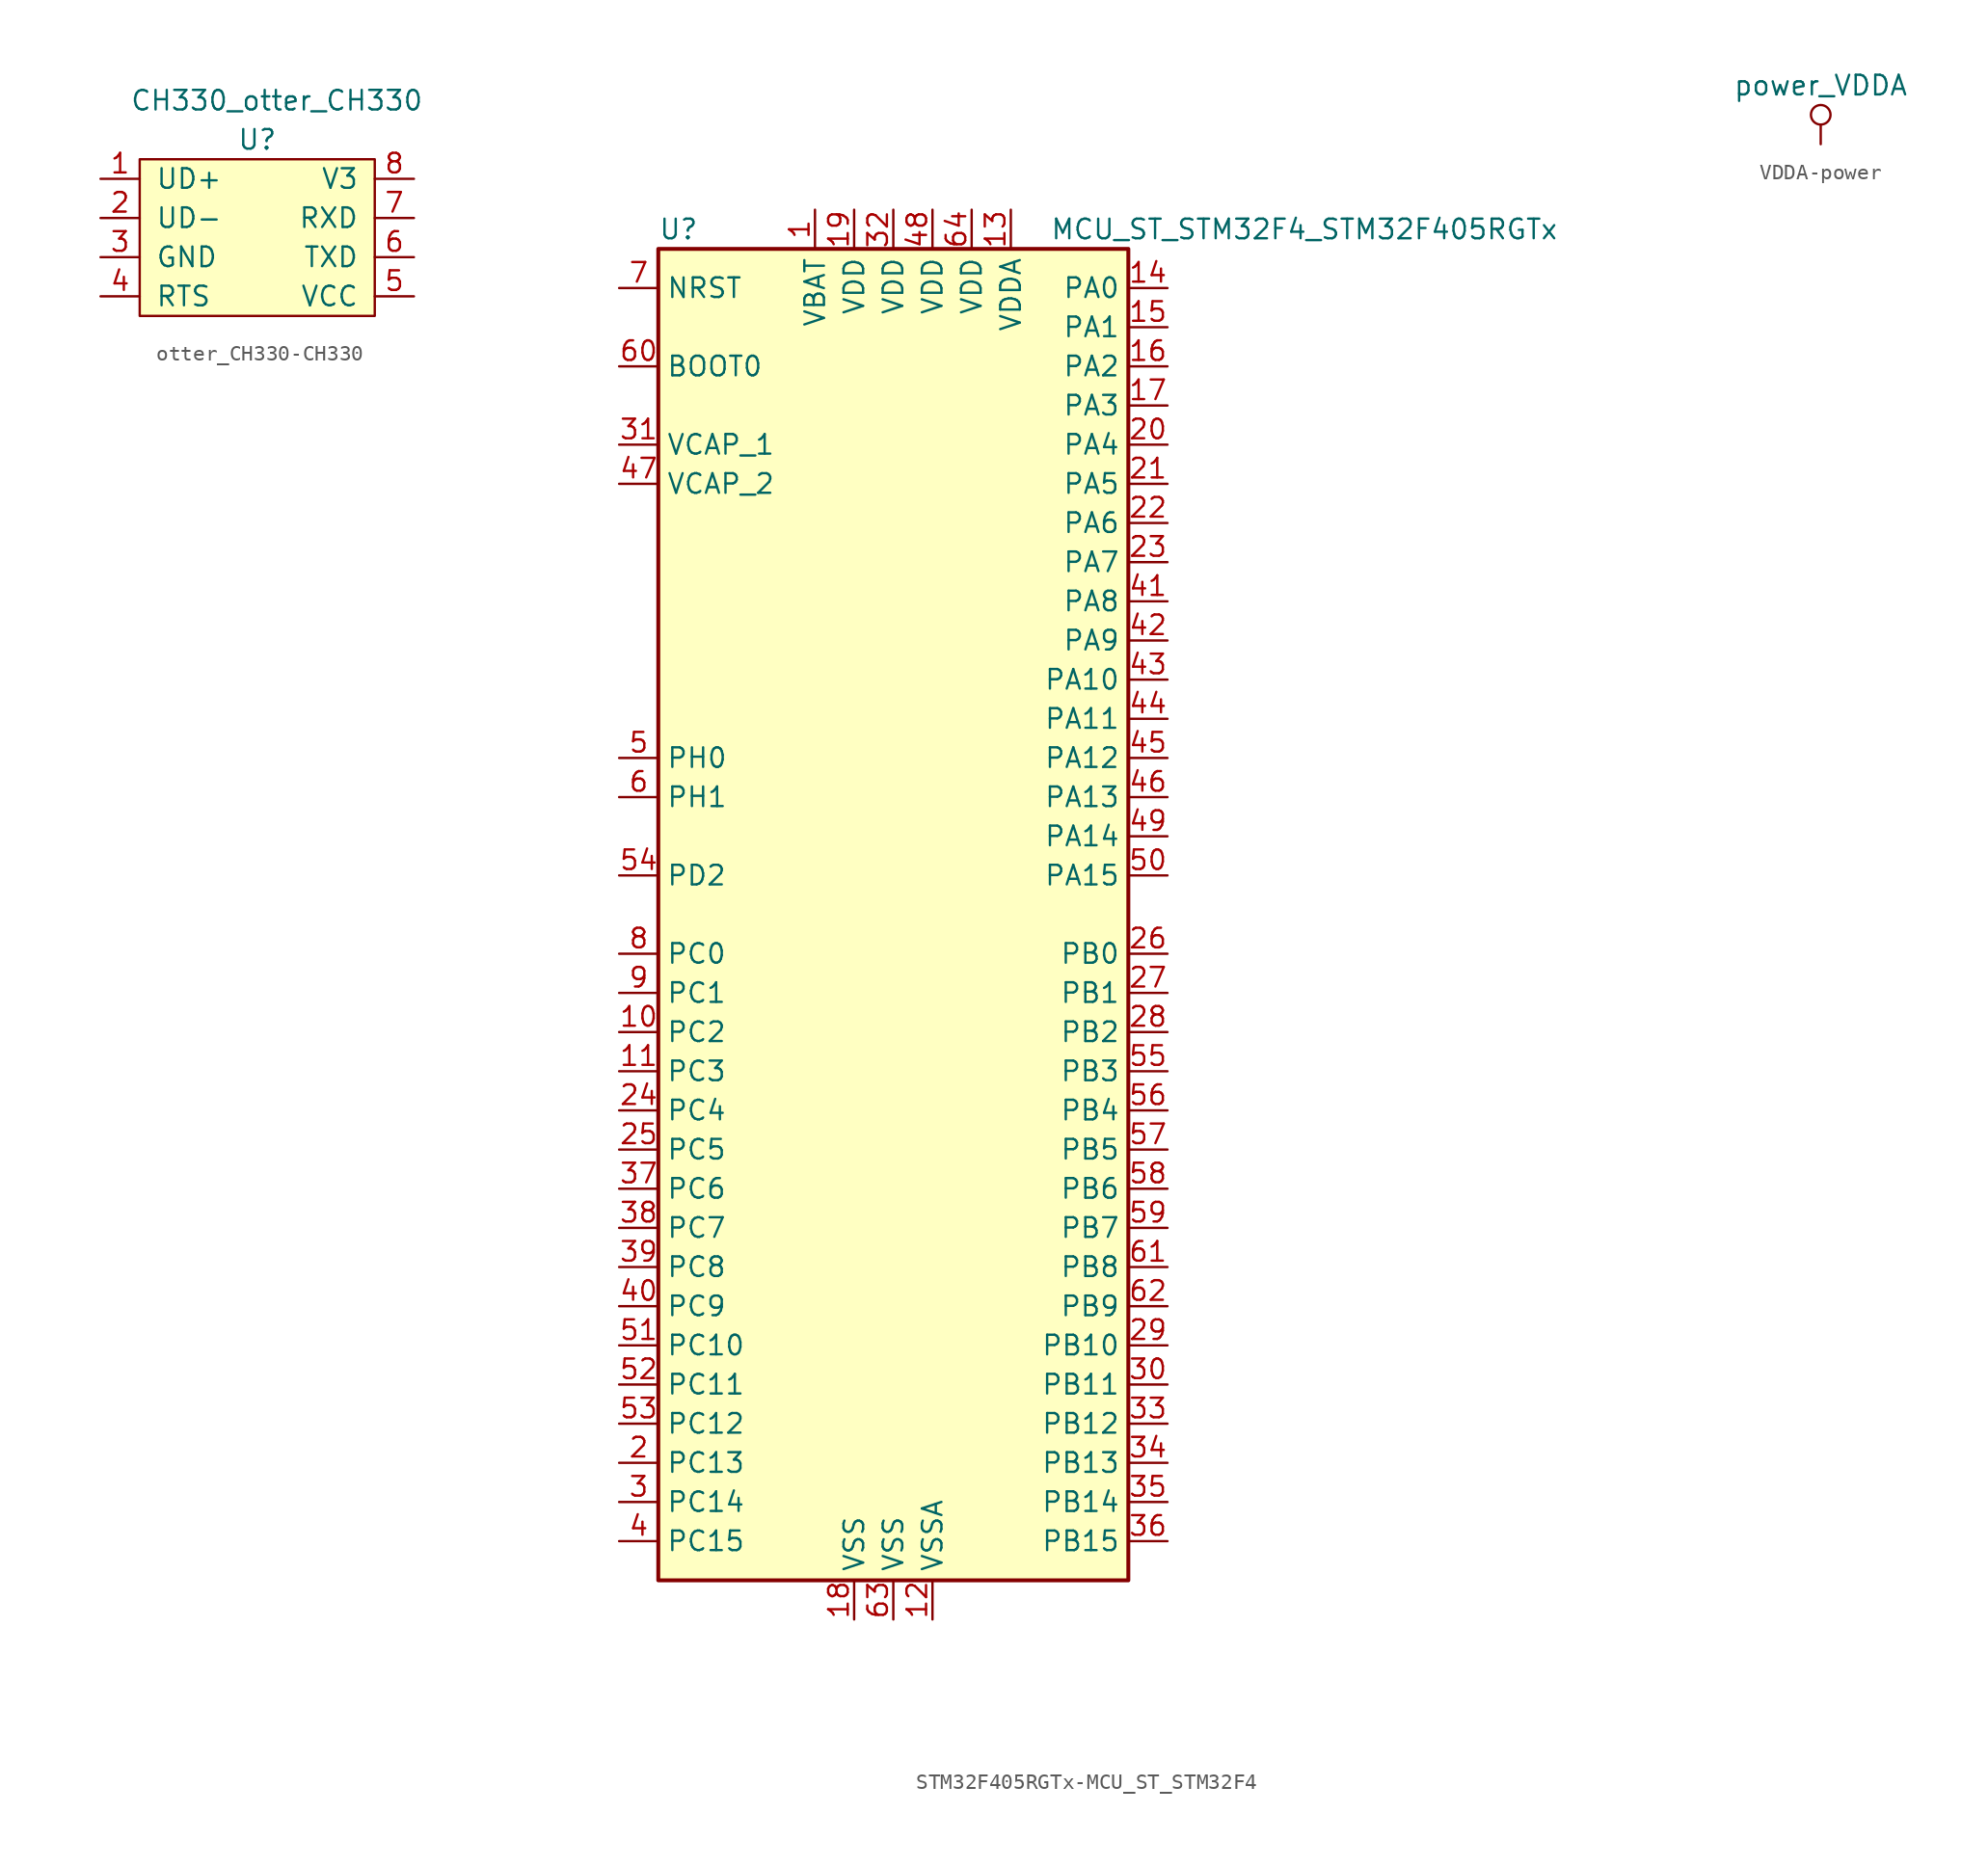
<source format=kicad_sym>
(kicad_symbol_lib
  (version 20231120)
  (generator "kicad_symbol_editor")
  (generator_version "8.0")
  (symbol "otter_CH330-CH330"
    (pin_names
      (offset 1.016))
    (property "Reference" "U"
      (at 0 6.35 0)
      (effects (font (size 1.27 1.27))))
    (property "Value" "CH330_otter_CH330"
      (at 1.27 8.89 0)
      (effects (font (size 1.27 1.27))))
    (symbol "otter_CH330-CH330_0_1"
      (rectangle (start -7.62 5.08) (end 7.62 -5.08) (stroke (width 0) (type solid)) (fill (type background))))
    (symbol "otter_CH330-CH330_1_1"
      (pin bidirectional line (at -10.16 3.81 0) (length 2.54) (name "UD+" (effects (font (size 1.27 1.27)))) (number "1" (effects (font (size 1.27 1.27)))))
      (pin bidirectional line (at -10.16 1.27 0) (length 2.54) (name "UD-" (effects (font (size 1.27 1.27)))) (number "2" (effects (font (size 1.27 1.27)))))
      (pin power_in line (at -10.16 -1.27 0) (length 2.54) (name "GND" (effects (font (size 1.27 1.27)))) (number "3" (effects (font (size 1.27 1.27)))))
      (pin output line (at -10.16 -3.81 0) (length 2.54) (name "RTS" (effects (font (size 1.27 1.27)))) (number "4" (effects (font (size 1.27 1.27)))))
      (pin power_in line (at 10.16 -3.81 180) (length 2.54) (name "VCC" (effects (font (size 1.27 1.27)))) (number "5" (effects (font (size 1.27 1.27)))))
      (pin output line (at 10.16 -1.27 180) (length 2.54) (name "TXD" (effects (font (size 1.27 1.27)))) (number "6" (effects (font (size 1.27 1.27)))))
      (pin input line (at 10.16 1.27 180) (length 2.54) (name "RXD" (effects (font (size 1.27 1.27)))) (number "7" (effects (font (size 1.27 1.27)))))
      (pin power_out line (at 10.16 3.81 180) (length 2.54) (name "V3" (effects (font (size 1.27 1.27)))) (number "8" (effects (font (size 1.27 1.27)))))))
  (symbol "STM32F405RGTx-MCU_ST_STM32F4"
    (property "Reference" "U"
      (at -15.24 44.45 0)
      (effects (font (size 1.27 1.27)) (justify left)))
    (property "Value" "MCU_ST_STM32F4_STM32F405RGTx"
      (at 10.16 44.45 0)
      (effects (font (size 1.27 1.27)) (justify left)))
    (symbol "STM32F405RGTx-MCU_ST_STM32F4_0_1"
      (rectangle (start -15.24 -43.18) (end 15.24 43.18) (stroke (width 0.254) (type solid)) (fill (type background))))
    (symbol "STM32F405RGTx-MCU_ST_STM32F4_1_1"
      (pin power_in line (at -5.08 45.72 270) (length 2.54) (name "VBAT" (effects (font (size 1.27 1.27)))) (number "1" (effects (font (size 1.27 1.27)))))
      (pin bidirectional line (at -17.78 -7.62 0) (length 2.54) (name "PC2" (effects (font (size 1.27 1.27)))) (number "10" (effects (font (size 1.27 1.27)))))
      (pin bidirectional line (at -17.78 -10.16 0) (length 2.54) (name "PC3" (effects (font (size 1.27 1.27)))) (number "11" (effects (font (size 1.27 1.27)))))
      (pin power_in line (at 2.54 -45.72 90) (length 2.54) (name "VSSA" (effects (font (size 1.27 1.27)))) (number "12" (effects (font (size 1.27 1.27)))))
      (pin power_in line (at 7.62 45.72 270) (length 2.54) (name "VDDA" (effects (font (size 1.27 1.27)))) (number "13" (effects (font (size 1.27 1.27)))))
      (pin bidirectional line (at 17.78 40.64 180) (length 2.54) (name "PA0" (effects (font (size 1.27 1.27)))) (number "14" (effects (font (size 1.27 1.27)))))
      (pin bidirectional line (at 17.78 38.1 180) (length 2.54) (name "PA1" (effects (font (size 1.27 1.27)))) (number "15" (effects (font (size 1.27 1.27)))))
      (pin bidirectional line (at 17.78 35.56 180) (length 2.54) (name "PA2" (effects (font (size 1.27 1.27)))) (number "16" (effects (font (size 1.27 1.27)))))
      (pin bidirectional line (at 17.78 33.02 180) (length 2.54) (name "PA3" (effects (font (size 1.27 1.27)))) (number "17" (effects (font (size 1.27 1.27)))))
      (pin power_in line (at -2.54 -45.72 90) (length 2.54) (name "VSS" (effects (font (size 1.27 1.27)))) (number "18" (effects (font (size 1.27 1.27)))))
      (pin power_in line (at -2.54 45.72 270) (length 2.54) (name "VDD" (effects (font (size 1.27 1.27)))) (number "19" (effects (font (size 1.27 1.27)))))
      (pin bidirectional line (at -17.78 -35.56 0) (length 2.54) (name "PC13" (effects (font (size 1.27 1.27)))) (number "2" (effects (font (size 1.27 1.27)))))
      (pin bidirectional line (at 17.78 30.48 180) (length 2.54) (name "PA4" (effects (font (size 1.27 1.27)))) (number "20" (effects (font (size 1.27 1.27)))))
      (pin bidirectional line (at 17.78 27.94 180) (length 2.54) (name "PA5" (effects (font (size 1.27 1.27)))) (number "21" (effects (font (size 1.27 1.27)))))
      (pin bidirectional line (at 17.78 25.4 180) (length 2.54) (name "PA6" (effects (font (size 1.27 1.27)))) (number "22" (effects (font (size 1.27 1.27)))))
      (pin bidirectional line (at 17.78 22.86 180) (length 2.54) (name "PA7" (effects (font (size 1.27 1.27)))) (number "23" (effects (font (size 1.27 1.27)))))
      (pin bidirectional line (at -17.78 -12.7 0) (length 2.54) (name "PC4" (effects (font (size 1.27 1.27)))) (number "24" (effects (font (size 1.27 1.27)))))
      (pin bidirectional line (at -17.78 -15.24 0) (length 2.54) (name "PC5" (effects (font (size 1.27 1.27)))) (number "25" (effects (font (size 1.27 1.27)))))
      (pin bidirectional line (at 17.78 -2.54 180) (length 2.54) (name "PB0" (effects (font (size 1.27 1.27)))) (number "26" (effects (font (size 1.27 1.27)))))
      (pin bidirectional line (at 17.78 -5.08 180) (length 2.54) (name "PB1" (effects (font (size 1.27 1.27)))) (number "27" (effects (font (size 1.27 1.27)))))
      (pin bidirectional line (at 17.78 -7.62 180) (length 2.54) (name "PB2" (effects (font (size 1.27 1.27)))) (number "28" (effects (font (size 1.27 1.27)))))
      (pin bidirectional line (at 17.78 -27.94 180) (length 2.54) (name "PB10" (effects (font (size 1.27 1.27)))) (number "29" (effects (font (size 1.27 1.27)))))
      (pin bidirectional line (at -17.78 -38.1 0) (length 2.54) (name "PC14" (effects (font (size 1.27 1.27)))) (number "3" (effects (font (size 1.27 1.27)))))
      (pin bidirectional line (at 17.78 -30.48 180) (length 2.54) (name "PB11" (effects (font (size 1.27 1.27)))) (number "30" (effects (font (size 1.27 1.27)))))
      (pin power_in line (at -17.78 30.48 0) (length 2.54) (name "VCAP_1" (effects (font (size 1.27 1.27)))) (number "31" (effects (font (size 1.27 1.27)))))
      (pin power_in line (at 0 45.72 270) (length 2.54) (name "VDD" (effects (font (size 1.27 1.27)))) (number "32" (effects (font (size 1.27 1.27)))))
      (pin bidirectional line (at 17.78 -33.02 180) (length 2.54) (name "PB12" (effects (font (size 1.27 1.27)))) (number "33" (effects (font (size 1.27 1.27)))))
      (pin bidirectional line (at 17.78 -35.56 180) (length 2.54) (name "PB13" (effects (font (size 1.27 1.27)))) (number "34" (effects (font (size 1.27 1.27)))))
      (pin bidirectional line (at 17.78 -38.1 180) (length 2.54) (name "PB14" (effects (font (size 1.27 1.27)))) (number "35" (effects (font (size 1.27 1.27)))))
      (pin bidirectional line (at 17.78 -40.64 180) (length 2.54) (name "PB15" (effects (font (size 1.27 1.27)))) (number "36" (effects (font (size 1.27 1.27)))))
      (pin bidirectional line (at -17.78 -17.78 0) (length 2.54) (name "PC6" (effects (font (size 1.27 1.27)))) (number "37" (effects (font (size 1.27 1.27)))))
      (pin bidirectional line (at -17.78 -20.32 0) (length 2.54) (name "PC7" (effects (font (size 1.27 1.27)))) (number "38" (effects (font (size 1.27 1.27)))))
      (pin bidirectional line (at -17.78 -22.86 0) (length 2.54) (name "PC8" (effects (font (size 1.27 1.27)))) (number "39" (effects (font (size 1.27 1.27)))))
      (pin bidirectional line (at -17.78 -40.64 0) (length 2.54) (name "PC15" (effects (font (size 1.27 1.27)))) (number "4" (effects (font (size 1.27 1.27)))))
      (pin bidirectional line (at -17.78 -25.4 0) (length 2.54) (name "PC9" (effects (font (size 1.27 1.27)))) (number "40" (effects (font (size 1.27 1.27)))))
      (pin bidirectional line (at 17.78 20.32 180) (length 2.54) (name "PA8" (effects (font (size 1.27 1.27)))) (number "41" (effects (font (size 1.27 1.27)))))
      (pin bidirectional line (at 17.78 17.78 180) (length 2.54) (name "PA9" (effects (font (size 1.27 1.27)))) (number "42" (effects (font (size 1.27 1.27)))))
      (pin bidirectional line (at 17.78 15.24 180) (length 2.54) (name "PA10" (effects (font (size 1.27 1.27)))) (number "43" (effects (font (size 1.27 1.27)))))
      (pin bidirectional line (at 17.78 12.7 180) (length 2.54) (name "PA11" (effects (font (size 1.27 1.27)))) (number "44" (effects (font (size 1.27 1.27)))))
      (pin bidirectional line (at 17.78 10.16 180) (length 2.54) (name "PA12" (effects (font (size 1.27 1.27)))) (number "45" (effects (font (size 1.27 1.27)))))
      (pin bidirectional line (at 17.78 7.62 180) (length 2.54) (name "PA13" (effects (font (size 1.27 1.27)))) (number "46" (effects (font (size 1.27 1.27)))))
      (pin power_in line (at -17.78 27.94 0) (length 2.54) (name "VCAP_2" (effects (font (size 1.27 1.27)))) (number "47" (effects (font (size 1.27 1.27)))))
      (pin power_in line (at 2.54 45.72 270) (length 2.54) (name "VDD" (effects (font (size 1.27 1.27)))) (number "48" (effects (font (size 1.27 1.27)))))
      (pin bidirectional line (at 17.78 5.08 180) (length 2.54) (name "PA14" (effects (font (size 1.27 1.27)))) (number "49" (effects (font (size 1.27 1.27)))))
      (pin input line (at -17.78 10.16 0) (length 2.54) (name "PH0" (effects (font (size 1.27 1.27)))) (number "5" (effects (font (size 1.27 1.27)))))
      (pin bidirectional line (at 17.78 2.54 180) (length 2.54) (name "PA15" (effects (font (size 1.27 1.27)))) (number "50" (effects (font (size 1.27 1.27)))))
      (pin bidirectional line (at -17.78 -27.94 0) (length 2.54) (name "PC10" (effects (font (size 1.27 1.27)))) (number "51" (effects (font (size 1.27 1.27)))))
      (pin bidirectional line (at -17.78 -30.48 0) (length 2.54) (name "PC11" (effects (font (size 1.27 1.27)))) (number "52" (effects (font (size 1.27 1.27)))))
      (pin bidirectional line (at -17.78 -33.02 0) (length 2.54) (name "PC12" (effects (font (size 1.27 1.27)))) (number "53" (effects (font (size 1.27 1.27)))))
      (pin bidirectional line (at -17.78 2.54 0) (length 2.54) (name "PD2" (effects (font (size 1.27 1.27)))) (number "54" (effects (font (size 1.27 1.27)))))
      (pin bidirectional line (at 17.78 -10.16 180) (length 2.54) (name "PB3" (effects (font (size 1.27 1.27)))) (number "55" (effects (font (size 1.27 1.27)))))
      (pin bidirectional line (at 17.78 -12.7 180) (length 2.54) (name "PB4" (effects (font (size 1.27 1.27)))) (number "56" (effects (font (size 1.27 1.27)))))
      (pin bidirectional line (at 17.78 -15.24 180) (length 2.54) (name "PB5" (effects (font (size 1.27 1.27)))) (number "57" (effects (font (size 1.27 1.27)))))
      (pin bidirectional line (at 17.78 -17.78 180) (length 2.54) (name "PB6" (effects (font (size 1.27 1.27)))) (number "58" (effects (font (size 1.27 1.27)))))
      (pin bidirectional line (at 17.78 -20.32 180) (length 2.54) (name "PB7" (effects (font (size 1.27 1.27)))) (number "59" (effects (font (size 1.27 1.27)))))
      (pin input line (at -17.78 7.62 0) (length 2.54) (name "PH1" (effects (font (size 1.27 1.27)))) (number "6" (effects (font (size 1.27 1.27)))))
      (pin input line (at -17.78 35.56 0) (length 2.54) (name "BOOT0" (effects (font (size 1.27 1.27)))) (number "60" (effects (font (size 1.27 1.27)))))
      (pin bidirectional line (at 17.78 -22.86 180) (length 2.54) (name "PB8" (effects (font (size 1.27 1.27)))) (number "61" (effects (font (size 1.27 1.27)))))
      (pin bidirectional line (at 17.78 -25.4 180) (length 2.54) (name "PB9" (effects (font (size 1.27 1.27)))) (number "62" (effects (font (size 1.27 1.27)))))
      (pin power_in line (at 0 -45.72 90) (length 2.54) (name "VSS" (effects (font (size 1.27 1.27)))) (number "63" (effects (font (size 1.27 1.27)))))
      (pin power_in line (at 5.08 45.72 270) (length 2.54) (name "VDD" (effects (font (size 1.27 1.27)))) (number "64" (effects (font (size 1.27 1.27)))))
      (pin input line (at -17.78 40.64 0) (length 2.54) (name "NRST" (effects (font (size 1.27 1.27)))) (number "7" (effects (font (size 1.27 1.27)))))
      (pin bidirectional line (at -17.78 -2.54 0) (length 2.54) (name "PC0" (effects (font (size 1.27 1.27)))) (number "8" (effects (font (size 1.27 1.27)))))
      (pin bidirectional line (at -17.78 -5.08 0) (length 2.54) (name "PC1" (effects (font (size 1.27 1.27)))) (number "9" (effects (font (size 1.27 1.27)))))))
  (symbol "VDDA-power"
    (power)
    (pin_names
      (offset 0))
    (property "Reference" "#PWR"
      (at 0 -3.81 0)
      (effects (font (size 1.27 1.27)) (hide yes)))
    (property "Value" "power_VDDA"
      (at 0 3.81 0)
      (effects (font (size 1.27 1.27))))
    (symbol "VDDA-power_0_1"
      (polyline (pts (xy 0 0) (xy 0 1.27)) (stroke (width 0) (type solid)) (fill (type none)))
      (circle (center 0 1.905) (radius 0.635) (stroke (width 0) (type solid)) (fill (type none))))
    (symbol "VDDA-power_1_1"
      (pin power_in line (at 0 0 90) (length 0) hide (name "VDDA" (effects (font (size 1.27 1.27)))) (number "1" (effects (font (size 1.27 1.27))))))))
</source>
